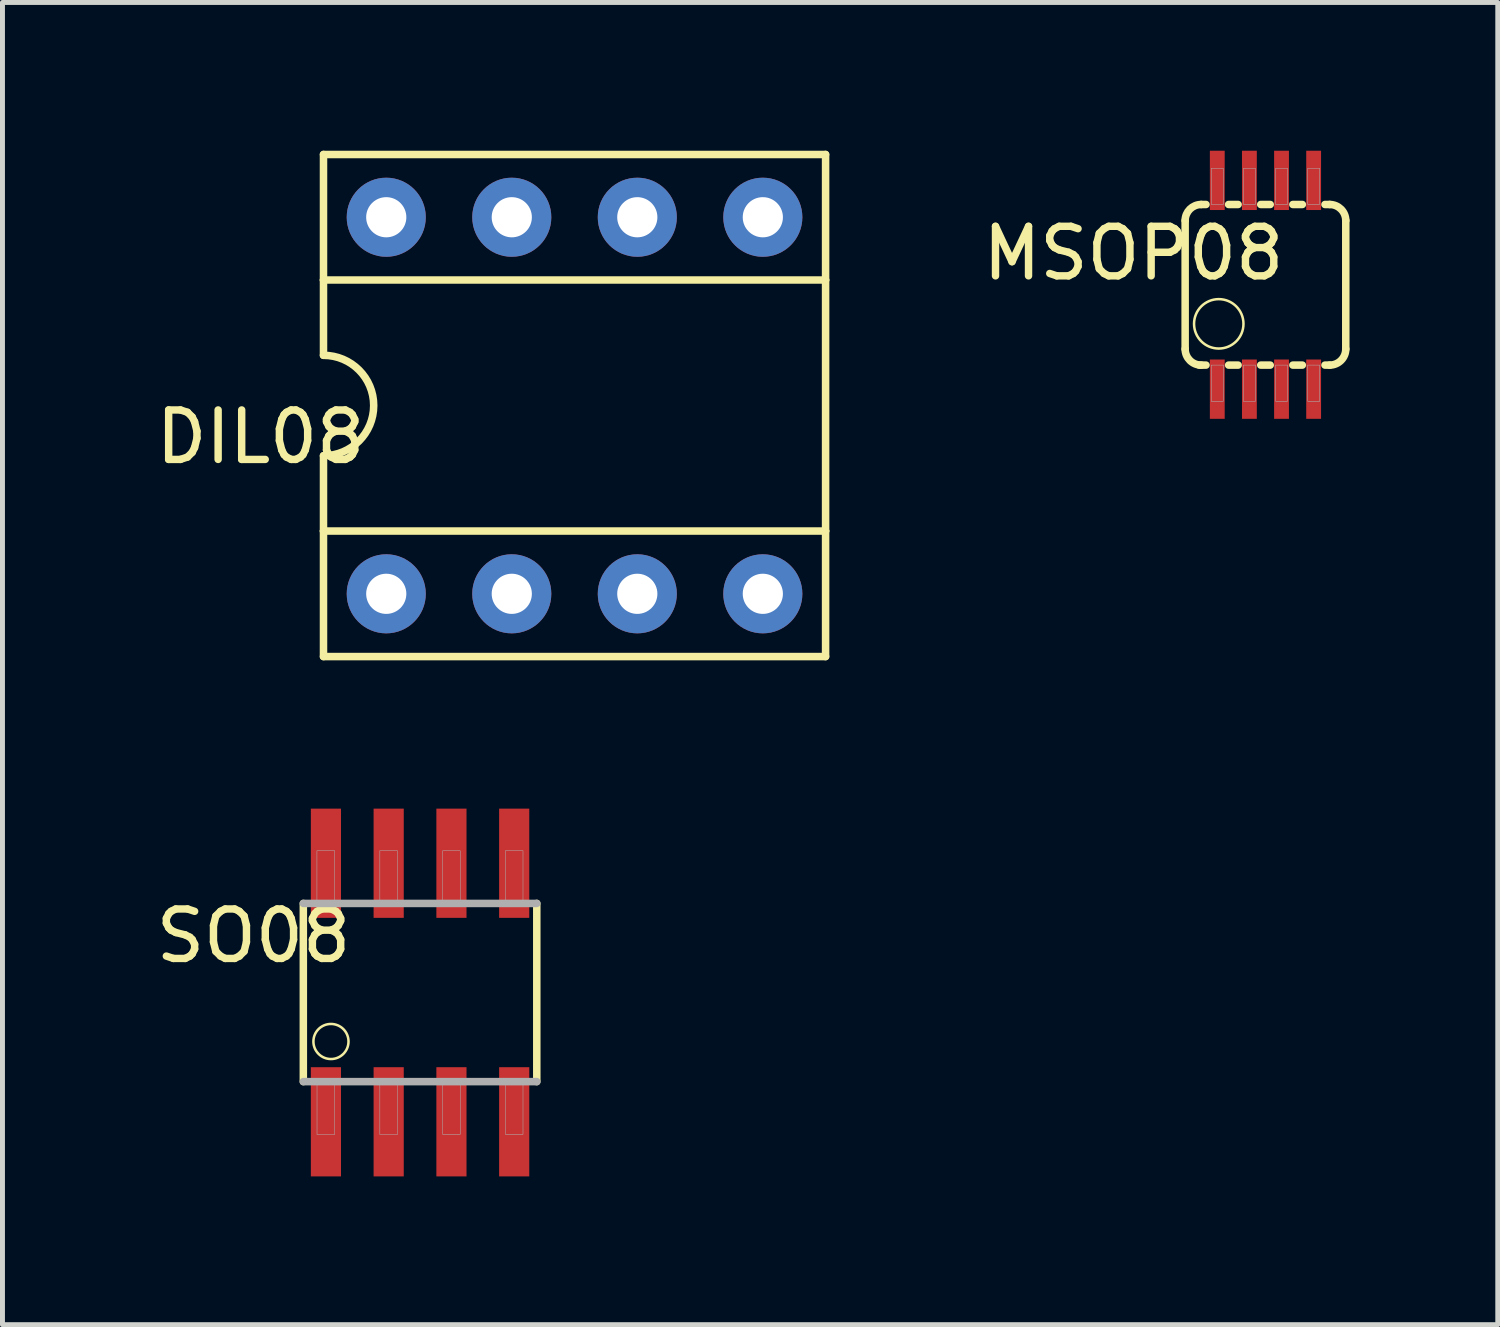
<source format=kicad_pcb>
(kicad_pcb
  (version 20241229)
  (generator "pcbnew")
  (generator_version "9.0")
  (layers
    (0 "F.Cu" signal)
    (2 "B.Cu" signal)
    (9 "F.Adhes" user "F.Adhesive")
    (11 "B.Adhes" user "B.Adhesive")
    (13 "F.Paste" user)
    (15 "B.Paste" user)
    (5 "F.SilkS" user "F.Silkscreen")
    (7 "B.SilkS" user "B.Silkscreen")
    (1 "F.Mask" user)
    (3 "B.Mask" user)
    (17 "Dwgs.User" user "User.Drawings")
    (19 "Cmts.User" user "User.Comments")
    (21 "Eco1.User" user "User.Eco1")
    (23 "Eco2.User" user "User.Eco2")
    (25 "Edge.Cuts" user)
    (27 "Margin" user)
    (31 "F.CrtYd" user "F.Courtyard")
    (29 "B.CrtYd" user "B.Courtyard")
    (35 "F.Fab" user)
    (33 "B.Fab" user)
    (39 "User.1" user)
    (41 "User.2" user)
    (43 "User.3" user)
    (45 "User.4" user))
  (footprint "SO08"
    (layer "F.Cu")
    (at 5.45 17.034)
    (property "Reference" "SO08" (at -3.37 -1.145 180) (layer "F.SilkS") (effects (font (size 1.001 1.001) (thickness 0.15))))
    (attr smd)
    (fp_line (start -2.362 -1.803) (end -2.362 1.803) (stroke (width 0.152) (type solid)) (layer "F.SilkS"))
    (fp_line (start 2.362 1.803) (end 2.362 -1.803) (stroke (width 0.152) (type solid)) (layer "F.SilkS"))
    (fp_circle (center -1.803 0.991) (end -1.448 0.991) (stroke (width 0.051) (type solid)) (fill no) (layer "F.SilkS"))
    (fp_line (start -2.362 1.803) (end 2.362 1.803) (stroke (width 0.152) (type solid)) (layer "F.Fab"))
    (fp_line (start 2.362 -1.803) (end -2.362 -1.803) (stroke (width 0.152) (type solid)) (layer "F.Fab"))
    (fp_poly (pts (xy -2.087 -2.87) (xy -1.727 -2.87) (xy -1.727 -1.858) (xy -2.087 -1.858)) (stroke (width 0.01) (type solid)) (fill no) (layer "F.Fab"))
    (fp_poly (pts (xy -2.085 1.854) (xy -1.727 1.854) (xy -1.727 2.873) (xy -2.085 2.873)) (stroke (width 0.01) (type solid)) (fill no) (layer "F.Fab"))
    (fp_poly (pts (xy -0.814 1.854) (xy -0.457 1.854) (xy -0.457 2.874) (xy -0.814 2.874)) (stroke (width 0.01) (type solid)) (fill no) (layer "F.Fab"))
    (fp_poly (pts (xy -0.814 -2.87) (xy -0.457 -2.87) (xy -0.457 -1.856) (xy -0.814 -1.856)) (stroke (width 0.01) (type solid)) (fill no) (layer "F.Fab"))
    (fp_poly (pts (xy 0.457 1.854) (xy 0.813 1.854) (xy 0.813 2.871) (xy 0.457 2.871)) (stroke (width 0.01) (type solid)) (fill no) (layer "F.Fab"))
    (fp_poly (pts (xy 0.458 -2.87) (xy 0.813 -2.87) (xy 0.813 -1.856) (xy 0.458 -1.856)) (stroke (width 0.01) (type solid)) (fill no) (layer "F.Fab"))
    (fp_poly (pts (xy 1.727 -2.87) (xy 2.083 -2.87) (xy 2.083 -1.854) (xy 1.727 -1.854)) (stroke (width 0.01) (type solid)) (fill no) (layer "F.Fab"))
    (fp_poly (pts (xy 1.728 1.854) (xy 2.083 1.854) (xy 2.083 2.871) (xy 1.728 2.871)) (stroke (width 0.01) (type solid)) (fill no) (layer "F.Fab"))
    (pad "1" smd rect (at -1.905 2.616) (size 0.61 2.21) (layers "F.Cu" "F.Mask" "F.Paste"))
    (pad "2" smd rect (at -0.635 2.616) (size 0.61 2.21) (layers "F.Cu" "F.Mask" "F.Paste"))
    (pad "3" smd rect (at 0.635 2.616) (size 0.61 2.21) (layers "F.Cu" "F.Mask" "F.Paste"))
    (pad "4" smd rect (at 1.905 2.616) (size 0.61 2.21) (layers "F.Cu" "F.Mask" "F.Paste"))
    (pad "5" smd rect (at 1.905 -2.616) (size 0.61 2.21) (layers "F.Cu" "F.Mask" "F.Paste"))
    (pad "6" smd rect (at 0.635 -2.616) (size 0.61 2.21) (layers "F.Cu" "F.Mask" "F.Paste"))
    (pad "7" smd rect (at -0.635 -2.616) (size 0.61 2.21) (layers "F.Cu" "F.Mask" "F.Paste"))
    (pad "8" smd rect (at -1.905 -2.616) (size 0.61 2.21) (layers "F.Cu" "F.Mask" "F.Paste")))
  (footprint "MSOP08"
    (layer "F.Cu")
    (at 22.558 2.712)
    (property "Reference" "MSOP08" (at -2.672 -0.636 180) (layer "F.SilkS") (effects (font (size 1.002 1.002) (thickness 0.15))))
    (attr smd)
    (fp_line (start -1.626 1.301) (end -1.626 -1.299) (stroke (width 0.152) (type solid)) (layer "F.SilkS"))
    (fp_line (start -1.341 1.626) (end -1.204 1.626) (stroke (width 0.152) (type solid)) (layer "F.SilkS"))
    (fp_line (start -1.301 -1.624) (end -1.204 -1.624) (stroke (width 0.152) (type solid)) (layer "F.SilkS"))
    (fp_line (start -0.747 -1.624) (end -0.554 -1.624) (stroke (width 0.152) (type solid)) (layer "F.SilkS"))
    (fp_line (start -0.747 1.626) (end -0.554 1.626) (stroke (width 0.152) (type solid)) (layer "F.SilkS"))
    (fp_line (start -0.097 -1.624) (end 0.096 -1.624) (stroke (width 0.152) (type solid)) (layer "F.SilkS"))
    (fp_line (start -0.097 1.626) (end 0.096 1.626) (stroke (width 0.152) (type solid)) (layer "F.SilkS"))
    (fp_line (start 0.553 -1.624) (end 0.746 -1.624) (stroke (width 0.152) (type solid)) (layer "F.SilkS"))
    (fp_line (start 0.553 1.626) (end 0.746 1.626) (stroke (width 0.152) (type solid)) (layer "F.SilkS"))
    (fp_line (start 1.203 -1.624) (end 1.299 -1.624) (stroke (width 0.152) (type solid)) (layer "F.SilkS"))
    (fp_line (start 1.203 1.626) (end 1.299 1.626) (stroke (width 0.152) (type solid)) (layer "F.SilkS"))
    (fp_line (start 1.624 -1.299) (end 1.624 1.301) (stroke (width 0.152) (type solid)) (layer "F.SilkS"))
    (fp_arc (start -1.626 -1.299) (mid -1.53081 -1.52881) (end -1.301 -1.624) (stroke (width 0.1524) (type solid)) (layer "F.SilkS"))
    (fp_arc (start -1.301 1.626) (mid -1.53081 1.53081) (end -1.626 1.301) (stroke (width 0.1524) (type solid)) (layer "F.SilkS"))
    (fp_arc (start 1.299 -1.624) (mid 1.52881 -1.52881) (end 1.624 -1.299) (stroke (width 0.1524) (type solid)) (layer "F.SilkS"))
    (fp_arc (start 1.624 1.301) (mid 1.52881 1.53081) (end 1.299 1.626) (stroke (width 0.1524) (type solid)) (layer "F.SilkS"))
    (fp_circle (center -0.946 0.791) (end -0.446 0.791) (stroke (width 0.051) (type solid)) (fill no) (layer "F.SilkS"))
    (fp_poly (pts (xy -1.098 1.626) (xy -0.854 1.626) (xy -0.854 2.358) (xy -1.098 2.358)) (stroke (width 0.01) (type solid)) (fill no) (layer "F.Fab"))
    (fp_poly (pts (xy -1.098 -2.356) (xy -0.854 -2.356) (xy -0.854 -1.625) (xy -1.098 -1.625)) (stroke (width 0.01) (type solid)) (fill no) (layer "F.Fab"))
    (fp_poly (pts (xy -0.448 1.626) (xy -0.204 1.626) (xy -0.204 2.361) (xy -0.448 2.361)) (stroke (width 0.01) (type solid)) (fill no) (layer "F.Fab"))
    (fp_poly (pts (xy -0.448 -2.356) (xy -0.204 -2.356) (xy -0.204 -1.626) (xy -0.448 -1.626)) (stroke (width 0.01) (type solid)) (fill no) (layer "F.Fab"))
    (fp_poly (pts (xy 0.203 1.626) (xy 0.446 1.626) (xy 0.446 2.358) (xy 0.203 2.358)) (stroke (width 0.01) (type solid)) (fill no) (layer "F.Fab"))
    (fp_poly (pts (xy 0.203 -2.356) (xy 0.446 -2.356) (xy 0.446 -1.626) (xy 0.203 -1.626)) (stroke (width 0.01) (type solid)) (fill no) (layer "F.Fab"))
    (fp_poly (pts (xy 0.853 1.626) (xy 1.096 1.626) (xy 1.096 2.359) (xy 0.853 2.359)) (stroke (width 0.01) (type solid)) (fill no) (layer "F.Fab"))
    (fp_poly (pts (xy 0.854 -2.356) (xy 1.096 -2.356) (xy 1.096 -1.627) (xy 0.854 -1.627)) (stroke (width 0.01) (type solid)) (fill no) (layer "F.Fab"))
    (pad "1" smd rect (at -0.976 2.113) (size 0.3 1.2) (layers "F.Cu" "F.Mask" "F.Paste"))
    (pad "2" smd rect (at -0.326 2.113) (size 0.3 1.2) (layers "F.Cu" "F.Mask" "F.Paste"))
    (pad "3" smd rect (at 0.324 2.113) (size 0.3 1.2) (layers "F.Cu" "F.Mask" "F.Paste"))
    (pad "4" smd rect (at 0.974 2.113) (size 0.3 1.2) (layers "F.Cu" "F.Mask" "F.Paste"))
    (pad "5" smd rect (at 0.974 -2.112) (size 0.3 1.2) (layers "F.Cu" "F.Mask" "F.Paste"))
    (pad "6" smd rect (at 0.324 -2.112) (size 0.3 1.2) (layers "F.Cu" "F.Mask" "F.Paste"))
    (pad "7" smd rect (at -0.326 -2.112) (size 0.3 1.2) (layers "F.Cu" "F.Mask" "F.Paste"))
    (pad "8" smd rect (at -0.976 -2.112) (size 0.3 1.2) (layers "F.Cu" "F.Mask" "F.Paste")))
  (footprint "DIL08"
    (layer "F.Cu")
    (at 8.576 5.156)
    (property "Reference" "DIL08" (at -6.354 0.635 180) (layer "F.SilkS") (effects (font (size 1.001 1.001) (thickness 0.15))))
    (attr through_hole)
    (fp_line (start -5.08 -5.08) (end -5.08 -2.54) (stroke (width 0.152) (type solid)) (layer "F.SilkS"))
    (fp_line (start -5.08 -2.54) (end -5.08 -1.016) (stroke (width 0.152) (type solid)) (layer "F.SilkS"))
    (fp_line (start -5.08 -2.54) (end 5.08 -2.54) (stroke (width 0.152) (type solid)) (layer "F.SilkS"))
    (fp_line (start -5.08 2.54) (end -5.08 1.016) (stroke (width 0.152) (type solid)) (layer "F.SilkS"))
    (fp_line (start -5.08 2.54) (end 5.08 2.54) (stroke (width 0.152) (type solid)) (layer "F.SilkS"))
    (fp_line (start -5.08 5.08) (end -5.08 2.54) (stroke (width 0.152) (type solid)) (layer "F.SilkS"))
    (fp_line (start -5.08 5.08) (end 5.08 5.08) (stroke (width 0.152) (type solid)) (layer "F.SilkS"))
    (fp_line (start 5.08 -5.08) (end -5.08 -5.08) (stroke (width 0.152) (type solid)) (layer "F.SilkS"))
    (fp_line (start 5.08 -5.08) (end 5.08 -2.54) (stroke (width 0.152) (type solid)) (layer "F.SilkS"))
    (fp_line (start 5.08 -2.54) (end 5.08 2.54) (stroke (width 0.152) (type solid)) (layer "F.SilkS"))
    (fp_line (start 5.08 2.54) (end 5.08 5.08) (stroke (width 0.152) (type solid)) (layer "F.SilkS"))
    (fp_arc (start -5.08 -1.016) (mid -4.064 0) (end -5.08 1.016) (stroke (width 0.1524) (type solid)) (layer "F.SilkS"))
    (pad "1" thru_hole circle (at -3.81 3.81) (size 1.6 1.6) (drill 0.813) (layers "*.Cu" "*.Mask"))
    (pad "2" thru_hole circle (at -1.27 3.81) (size 1.6 1.6) (drill 0.813) (layers "*.Cu" "*.Mask"))
    (pad "3" thru_hole circle (at 1.27 3.81) (size 1.6 1.6) (drill 0.813) (layers "*.Cu" "*.Mask"))
    (pad "4" thru_hole circle (at 3.81 3.81) (size 1.6 1.6) (drill 0.813) (layers "*.Cu" "*.Mask"))
    (pad "5" thru_hole circle (at 3.81 -3.81) (size 1.6 1.6) (drill 0.813) (layers "*.Cu" "*.Mask"))
    (pad "6" thru_hole circle (at 1.27 -3.81) (size 1.6 1.6) (drill 0.813) (layers "*.Cu" "*.Mask"))
    (pad "7" thru_hole circle (at -1.27 -3.81) (size 1.6 1.6) (drill 0.813) (layers "*.Cu" "*.Mask"))
    (pad "8" thru_hole circle (at -3.81 -3.81) (size 1.6 1.6) (drill 0.813) (layers "*.Cu" "*.Mask")))
  (gr_rect
    (start -3 -3)
    (end 27.258 23.755)
    (stroke (width 0.1) (type default))
    (fill no)
    (layer "Edge.Cuts")))
</source>
